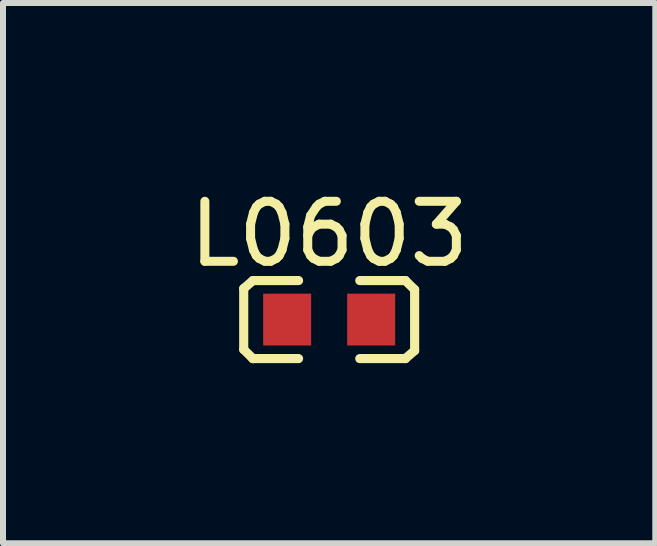
<source format=kicad_pcb>
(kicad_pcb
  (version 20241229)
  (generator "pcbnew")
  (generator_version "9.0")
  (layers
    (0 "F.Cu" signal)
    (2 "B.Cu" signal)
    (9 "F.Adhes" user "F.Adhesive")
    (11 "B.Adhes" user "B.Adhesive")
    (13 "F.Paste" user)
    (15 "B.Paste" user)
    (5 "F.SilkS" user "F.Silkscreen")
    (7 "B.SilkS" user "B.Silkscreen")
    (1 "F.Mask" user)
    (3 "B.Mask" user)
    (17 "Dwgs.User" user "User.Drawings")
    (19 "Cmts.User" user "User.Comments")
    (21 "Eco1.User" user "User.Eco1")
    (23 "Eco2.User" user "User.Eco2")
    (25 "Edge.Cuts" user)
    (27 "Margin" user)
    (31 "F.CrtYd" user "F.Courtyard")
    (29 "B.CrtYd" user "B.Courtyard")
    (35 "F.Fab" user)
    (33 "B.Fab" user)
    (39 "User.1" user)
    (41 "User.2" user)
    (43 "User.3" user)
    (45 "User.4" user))
  (footprint "L0603"
    (layer "F.Cu")
    (at 2.435 2.275)
    (property "Reference" "L0603" (at 0 -1.426 0) (layer "F.SilkS") (effects (font (size 1 1) (thickness 0.15))))
    (fp_line (start -1.424 -0.517) (end -1.27 -0.65) (stroke (width 0.152) (type default)) (layer "F.SilkS"))
    (fp_line (start -1.424 0.499) (end -1.424 -0.517) (stroke (width 0.152) (type default)) (layer "F.SilkS"))
    (fp_line (start -1.272 -0.65) (end -0.51 -0.65) (stroke (width 0.152) (type default)) (layer "F.SilkS"))
    (fp_line (start -1.272 0.65) (end -0.51 0.65) (stroke (width 0.152) (type default)) (layer "F.SilkS"))
    (fp_line (start -1.27 0.651) (end -1.424 0.499) (stroke (width 0.152) (type default)) (layer "F.SilkS"))
    (fp_line (start 1.27 -0.65) (end 1.424 -0.499) (stroke (width 0.152) (type default)) (layer "F.SilkS"))
    (fp_line (start 1.272 -0.65) (end 0.51 -0.65) (stroke (width 0.152) (type default)) (layer "F.SilkS"))
    (fp_line (start 1.272 0.65) (end 0.51 0.65) (stroke (width 0.152) (type default)) (layer "F.SilkS"))
    (fp_line (start 1.424 -0.499) (end 1.424 0.517) (stroke (width 0.152) (type default)) (layer "F.SilkS"))
    (fp_line (start 1.424 0.517) (end 1.27 0.65) (stroke (width 0.152) (type default)) (layer "F.SilkS"))
    (fp_poly (pts (xy -0.252 -0.143) (xy -0.252 0.134) (xy -0.526 0.427) (xy -1.029 0.427) (xy -1.093 0.363) (xy -1.093 -0.372) (xy -1.029 -0.436) (xy -0.526 -0.436)) (stroke (width 0) (type default)) (fill yes) (layer "F.Paste"))
    (fp_poly (pts (xy 0.264 -0.154) (xy 0.264 0.122) (xy 0.538 0.416) (xy 1.042 0.416) (xy 1.105 0.352) (xy 1.105 -0.384) (xy 1.042 -0.448) (xy 0.538 -0.448)) (stroke (width 0) (type default)) (fill yes) (layer "F.Paste"))
    (fp_poly (pts (xy -0.5 0.4) (xy -0.8 0.4) (xy -0.8 -0.4) (xy -0.5 -0.4)) (stroke (width 0.1) (type default)) (fill no) (layer "User.1"))
    (fp_poly (pts (xy 0.8 0.4) (xy 0.5 0.4) (xy 0.5 -0.4) (xy 0.8 -0.4)) (stroke (width 0.1) (type default)) (fill no) (layer "User.1"))
    (fp_line (start -0.8 -0.4) (end 0.8 -0.4) (stroke (width 0.051) (type default)) (layer "User.2"))
    (fp_line (start -0.8 0.4) (end -0.8 -0.4) (stroke (width 0.051) (type default)) (layer "User.2"))
    (fp_line (start 0.8 -0.4) (end 0.8 0.4) (stroke (width 0.051) (type default)) (layer "User.2"))
    (fp_line (start 0.8 0.4) (end -0.8 0.4) (stroke (width 0.051) (type default)) (layer "User.2"))
    (fp_poly (pts (xy -0.745 0.377) (xy -0.777 0.345) (xy -0.823 0.345) (xy -0.855 0.377) (xy -0.855 0.423) (xy -0.823 0.455) (xy -0.777 0.455) (xy -0.745 0.423)) (stroke (width 0.1) (type default)) (fill no) (layer "User.3"))
    (pad "1" smd rect (at -0.7 0 180) (size 0.8 0.864) (layers "F.Cu" "F.Mask" "F.Paste"))
    (pad "2" smd rect (at 0.7 0 180) (size 0.8 0.864) (layers "F.Cu" "F.Mask" "F.Paste")))
  (gr_rect
    (start -3 -3)
    (end 7.869 6.002)
    (stroke (width 0.1) (type default))
    (fill no)
    (layer "Edge.Cuts")))
</source>
